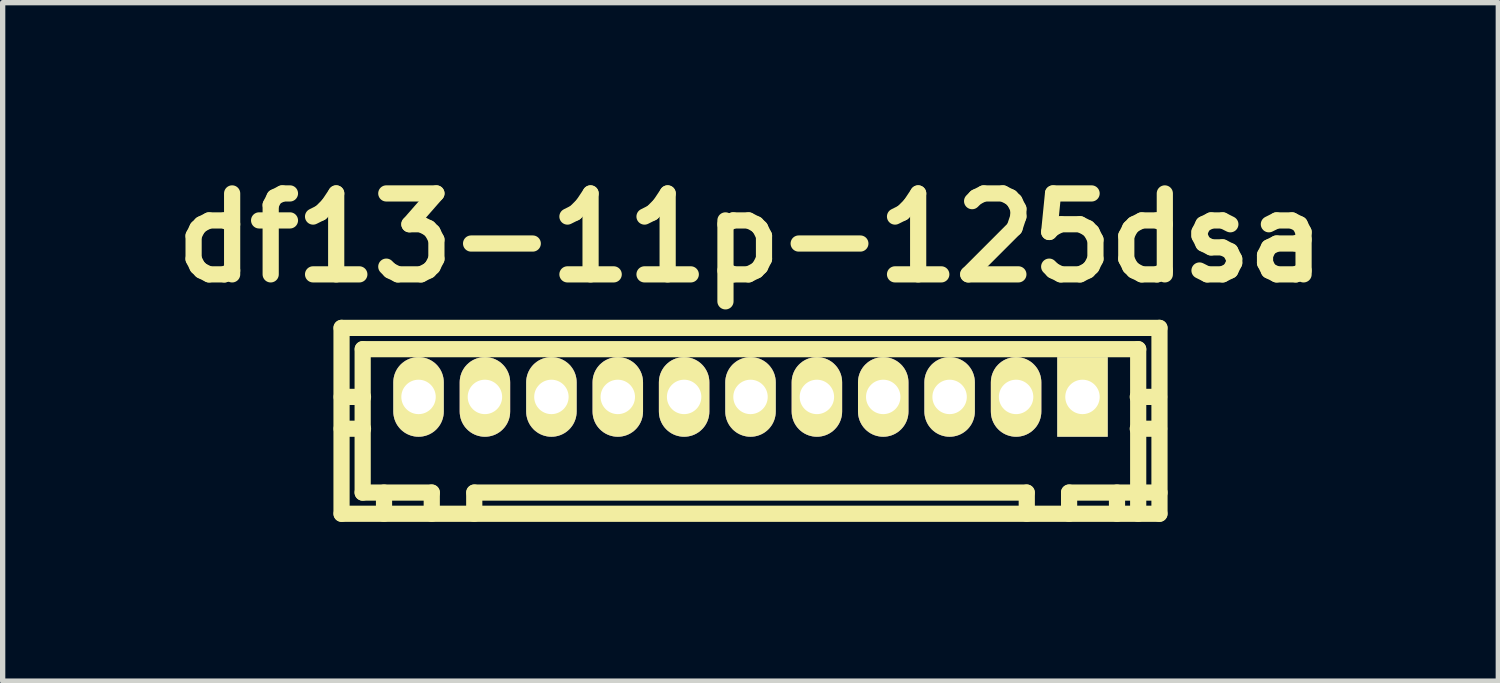
<source format=kicad_pcb>
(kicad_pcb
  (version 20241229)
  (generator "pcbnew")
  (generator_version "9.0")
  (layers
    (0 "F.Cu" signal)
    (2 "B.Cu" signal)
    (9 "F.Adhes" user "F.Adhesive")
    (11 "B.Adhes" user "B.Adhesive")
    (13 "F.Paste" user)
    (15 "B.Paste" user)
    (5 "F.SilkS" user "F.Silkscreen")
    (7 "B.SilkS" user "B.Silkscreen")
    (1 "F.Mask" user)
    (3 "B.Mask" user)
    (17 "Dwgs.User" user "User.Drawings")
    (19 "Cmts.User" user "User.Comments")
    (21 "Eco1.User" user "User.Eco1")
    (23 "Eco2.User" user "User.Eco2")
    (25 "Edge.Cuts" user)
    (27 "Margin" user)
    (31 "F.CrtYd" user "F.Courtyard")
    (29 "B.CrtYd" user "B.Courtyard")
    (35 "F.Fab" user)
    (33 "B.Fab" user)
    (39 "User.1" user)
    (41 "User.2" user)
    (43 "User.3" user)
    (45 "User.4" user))
  (footprint "df13-11p-125dsa"
    (layer "F.Cu")
    (at 11.082 4.424)
    (property "Reference" "df13-11p-125dsa" (at 0 -2.997 0) (layer "F.SilkS") (effects (font (size 1.524 1.524) (thickness 0.305))))
    (attr through_hole)
    (fp_line (start -7.701 2.2) (end -7.701 -1.3) (stroke (width 0.305) (type solid)) (layer "F.SilkS"))
    (fp_line (start -7.699 -1.3) (end 7.699 -1.3) (stroke (width 0.305) (type solid)) (layer "F.SilkS"))
    (fp_line (start -7.303 -0.899) (end -7.303 1.801) (stroke (width 0.305) (type solid)) (layer "F.SilkS"))
    (fp_line (start -7.297 0) (end -7.699 0) (stroke (width 0.305) (type solid)) (layer "F.SilkS"))
    (fp_line (start -7.297 0.599) (end -7.699 0.599) (stroke (width 0.305) (type solid)) (layer "F.SilkS"))
    (fp_line (start -6.901 1.801) (end -6.901 2.2) (stroke (width 0.305) (type solid)) (layer "F.SilkS"))
    (fp_line (start -6.299 -0.099) (end -6.299 0.099) (stroke (width 0.305) (type solid)) (layer "F.SilkS"))
    (fp_line (start -6.299 0.099) (end -6.101 0.099) (stroke (width 0.305) (type solid)) (layer "F.SilkS"))
    (fp_line (start -6.101 -0.099) (end -6.299 -0.099) (stroke (width 0.305) (type solid)) (layer "F.SilkS"))
    (fp_line (start -6.101 0.099) (end -6.101 -0.099) (stroke (width 0.305) (type solid)) (layer "F.SilkS"))
    (fp_line (start -6.002 1.801) (end -7.303 1.801) (stroke (width 0.305) (type solid)) (layer "F.SilkS"))
    (fp_line (start -6.002 1.801) (end -6.002 2.2) (stroke (width 0.305) (type solid)) (layer "F.SilkS"))
    (fp_line (start -5.202 2.2) (end -5.202 1.801) (stroke (width 0.305) (type solid)) (layer "F.SilkS"))
    (fp_line (start -5.199 1.801) (end 5.199 1.801) (stroke (width 0.305) (type solid)) (layer "F.SilkS"))
    (fp_line (start -5.1 -0.099) (end -5.1 0.099) (stroke (width 0.305) (type solid)) (layer "F.SilkS"))
    (fp_line (start -5.1 0.099) (end -4.9 0.099) (stroke (width 0.305) (type solid)) (layer "F.SilkS"))
    (fp_line (start -4.9 -0.099) (end -5.1 -0.099) (stroke (width 0.305) (type solid)) (layer "F.SilkS"))
    (fp_line (start -4.9 0.099) (end -4.9 -0.099) (stroke (width 0.305) (type solid)) (layer "F.SilkS"))
    (fp_line (start -3.8 -0.099) (end -3.8 0.099) (stroke (width 0.305) (type solid)) (layer "F.SilkS"))
    (fp_line (start -3.8 0.099) (end -3.599 0.099) (stroke (width 0.305) (type solid)) (layer "F.SilkS"))
    (fp_line (start -3.599 -0.099) (end -3.8 -0.099) (stroke (width 0.305) (type solid)) (layer "F.SilkS"))
    (fp_line (start -3.599 0.099) (end -3.599 -0.099) (stroke (width 0.305) (type solid)) (layer "F.SilkS"))
    (fp_line (start -2.601 -0.099) (end -2.601 0.099) (stroke (width 0.305) (type solid)) (layer "F.SilkS"))
    (fp_line (start -2.601 0.099) (end -2.4 0.099) (stroke (width 0.305) (type solid)) (layer "F.SilkS"))
    (fp_line (start -2.4 -0.099) (end -2.601 -0.099) (stroke (width 0.305) (type solid)) (layer "F.SilkS"))
    (fp_line (start -2.4 0.099) (end -2.4 -0.099) (stroke (width 0.305) (type solid)) (layer "F.SilkS"))
    (fp_line (start -1.3 -0.099) (end -1.3 0.099) (stroke (width 0.305) (type solid)) (layer "F.SilkS"))
    (fp_line (start -1.3 0.099) (end -1.1 0.099) (stroke (width 0.305) (type solid)) (layer "F.SilkS"))
    (fp_line (start -1.1 -0.099) (end -1.3 -0.099) (stroke (width 0.305) (type solid)) (layer "F.SilkS"))
    (fp_line (start -1.1 0.099) (end -1.1 -0.099) (stroke (width 0.305) (type solid)) (layer "F.SilkS"))
    (fp_line (start -0.099 -0.099) (end 0.099 -0.099) (stroke (width 0.305) (type solid)) (layer "F.SilkS"))
    (fp_line (start -0.099 0.099) (end -0.099 -0.099) (stroke (width 0.305) (type solid)) (layer "F.SilkS"))
    (fp_line (start 0.099 -0.099) (end 0.099 0.099) (stroke (width 0.305) (type solid)) (layer "F.SilkS"))
    (fp_line (start 0.099 0.099) (end -0.099 0.099) (stroke (width 0.305) (type solid)) (layer "F.SilkS"))
    (fp_line (start 1.1 -0.099) (end 1.3 -0.099) (stroke (width 0.305) (type solid)) (layer "F.SilkS"))
    (fp_line (start 1.1 0.099) (end 1.1 -0.099) (stroke (width 0.305) (type solid)) (layer "F.SilkS"))
    (fp_line (start 1.3 -0.099) (end 1.3 0.099) (stroke (width 0.305) (type solid)) (layer "F.SilkS"))
    (fp_line (start 1.3 0.099) (end 1.1 0.099) (stroke (width 0.305) (type solid)) (layer "F.SilkS"))
    (fp_line (start 2.4 -0.099) (end 2.601 -0.099) (stroke (width 0.305) (type solid)) (layer "F.SilkS"))
    (fp_line (start 2.4 0.099) (end 2.4 -0.099) (stroke (width 0.305) (type solid)) (layer "F.SilkS"))
    (fp_line (start 2.601 -0.099) (end 2.601 0.099) (stroke (width 0.305) (type solid)) (layer "F.SilkS"))
    (fp_line (start 2.601 0.099) (end 2.4 0.099) (stroke (width 0.305) (type solid)) (layer "F.SilkS"))
    (fp_line (start 3.599 -0.099) (end 3.8 -0.099) (stroke (width 0.305) (type solid)) (layer "F.SilkS"))
    (fp_line (start 3.599 0.099) (end 3.599 -0.099) (stroke (width 0.305) (type solid)) (layer "F.SilkS"))
    (fp_line (start 3.8 -0.099) (end 3.8 0.099) (stroke (width 0.305) (type solid)) (layer "F.SilkS"))
    (fp_line (start 3.8 0.099) (end 3.599 0.099) (stroke (width 0.305) (type solid)) (layer "F.SilkS"))
    (fp_line (start 4.9 -0.099) (end 5.1 -0.099) (stroke (width 0.305) (type solid)) (layer "F.SilkS"))
    (fp_line (start 4.9 0.099) (end 4.9 -0.099) (stroke (width 0.305) (type solid)) (layer "F.SilkS"))
    (fp_line (start 5.1 -0.099) (end 5.1 0.099) (stroke (width 0.305) (type solid)) (layer "F.SilkS"))
    (fp_line (start 5.1 0.099) (end 4.9 0.099) (stroke (width 0.305) (type solid)) (layer "F.SilkS"))
    (fp_line (start 5.202 2.2) (end 5.202 1.801) (stroke (width 0.305) (type solid)) (layer "F.SilkS"))
    (fp_line (start 5.999 1.801) (end 5.999 2.2) (stroke (width 0.305) (type solid)) (layer "F.SilkS"))
    (fp_line (start 5.999 1.801) (end 7.701 1.801) (stroke (width 0.305) (type solid)) (layer "F.SilkS"))
    (fp_line (start 6.101 -0.099) (end 6.299 -0.099) (stroke (width 0.305) (type solid)) (layer "F.SilkS"))
    (fp_line (start 6.101 0.099) (end 6.101 -0.099) (stroke (width 0.305) (type solid)) (layer "F.SilkS"))
    (fp_line (start 6.299 -0.099) (end 6.299 0.099) (stroke (width 0.305) (type solid)) (layer "F.SilkS"))
    (fp_line (start 6.299 0.099) (end 6.101 0.099) (stroke (width 0.305) (type solid)) (layer "F.SilkS"))
    (fp_line (start 6.901 1.801) (end 6.901 2.2) (stroke (width 0.305) (type solid)) (layer "F.SilkS"))
    (fp_line (start 7.292 0) (end 7.694 0) (stroke (width 0.305) (type solid)) (layer "F.SilkS"))
    (fp_line (start 7.3 -0.899) (end -7.3 -0.899) (stroke (width 0.305) (type solid)) (layer "F.SilkS"))
    (fp_line (start 7.3 -0.899) (end 7.3 2.2) (stroke (width 0.305) (type solid)) (layer "F.SilkS"))
    (fp_line (start 7.694 0.599) (end 7.292 0.599) (stroke (width 0.305) (type solid)) (layer "F.SilkS"))
    (fp_line (start 7.699 2.2) (end -7.699 2.2) (stroke (width 0.305) (type solid)) (layer "F.SilkS"))
    (fp_line (start 7.701 -1.3) (end 7.701 2.2) (stroke (width 0.305) (type solid)) (layer "F.SilkS"))
    (pad "1" thru_hole rect (at 6.251 0) (size 0.95 1.499) (drill 0.648) (layers "*.Cu" "*.Mask" "F.SilkS"))
    (pad "2" thru_hole oval (at 5.001 0) (size 0.95 1.499) (drill 0.648) (layers "*.Cu" "*.Mask" "F.SilkS"))
    (pad "3" thru_hole oval (at 3.749 0) (size 0.95 1.499) (drill 0.648) (layers "*.Cu" "*.Mask" "F.SilkS"))
    (pad "4" thru_hole oval (at 2.499 0) (size 0.95 1.499) (drill 0.648) (layers "*.Cu" "*.Mask" "F.SilkS"))
    (pad "5" thru_hole oval (at 1.25 0) (size 0.95 1.499) (drill 0.648) (layers "*.Cu" "*.Mask" "F.SilkS"))
    (pad "6" thru_hole oval (at 0 0) (size 0.95 1.499) (drill 0.648) (layers "*.Cu" "*.Mask" "F.SilkS"))
    (pad "7" thru_hole oval (at -1.25 0) (size 0.95 1.499) (drill 0.648) (layers "*.Cu" "*.Mask" "F.SilkS"))
    (pad "8" thru_hole oval (at -2.499 0) (size 0.95 1.499) (drill 0.648) (layers "*.Cu" "*.Mask" "F.SilkS"))
    (pad "9" thru_hole oval (at -3.749 0) (size 0.95 1.499) (drill 0.648) (layers "*.Cu" "*.Mask" "F.SilkS"))
    (pad "10" thru_hole oval (at -5.001 0) (size 0.95 1.499) (drill 0.648) (layers "*.Cu" "*.Mask" "F.SilkS"))
    (pad "11" thru_hole oval (at -6.251 0) (size 0.95 1.499) (drill 0.648) (layers "*.Cu" "*.Mask" "F.SilkS")))
  (gr_rect
    (start -3 -3)
    (end 25.163 9.776)
    (stroke (width 0.1) (type default))
    (fill no)
    (layer "Edge.Cuts")))
</source>
